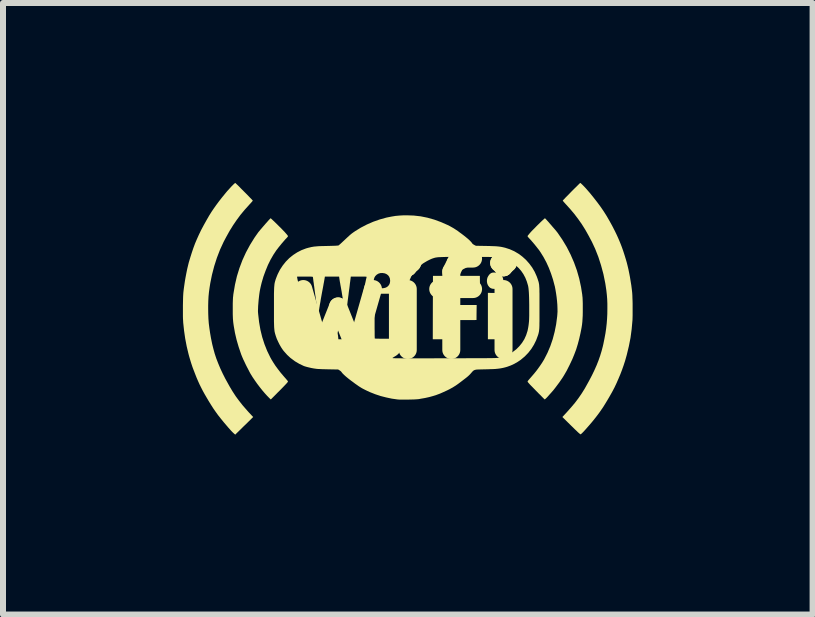
<source format=kicad_pcb>
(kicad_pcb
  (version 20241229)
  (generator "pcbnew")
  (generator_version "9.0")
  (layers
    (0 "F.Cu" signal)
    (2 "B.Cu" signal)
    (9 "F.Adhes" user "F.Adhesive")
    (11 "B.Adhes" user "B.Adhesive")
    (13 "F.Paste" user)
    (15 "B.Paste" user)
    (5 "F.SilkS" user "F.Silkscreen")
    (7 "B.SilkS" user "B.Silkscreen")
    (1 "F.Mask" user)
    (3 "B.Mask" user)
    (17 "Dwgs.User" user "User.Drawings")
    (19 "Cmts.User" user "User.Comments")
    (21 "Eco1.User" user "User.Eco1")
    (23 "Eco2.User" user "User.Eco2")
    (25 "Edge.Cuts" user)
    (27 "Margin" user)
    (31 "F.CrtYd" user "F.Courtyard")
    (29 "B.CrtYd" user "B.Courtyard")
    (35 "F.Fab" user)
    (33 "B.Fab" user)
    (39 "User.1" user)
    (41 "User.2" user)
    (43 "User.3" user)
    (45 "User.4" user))
  (footprint "wifi"
    (layer "F.Cu")
    (at 3.749 2.096)
    (property "Reference" "wifi" (at 0 0 0) (layer "F.SilkS") (effects (font (size 1.524 1.524) (thickness 0.3))))
    (attr board_only exclude_from_pos_files exclude_from_bom)
    (fp_poly (pts (xy 1.457 -0.261) (xy 1.578 -0.26) (xy 1.58 0.511) (xy 1.336 0.511) (xy 1.336 -0.263)) (stroke (width 0) (type solid)) (fill yes) (layer "F.SilkS"))
    (fp_poly (pts (xy 1.205 -0.286) (xy 0.675 -0.286) (xy 0.675 -0.061) (xy 1.149 -0.061) (xy 1.147 0.064) (xy 1.146 0.19) (xy 0.911 0.191) (xy 0.675 0.192) (xy 0.675 0.511) (xy 0.417 0.511) (xy 0.418 -0.018) (xy 0.42 -0.546) (xy 1.202 -0.546)) (stroke (width 0) (type solid)) (fill yes) (layer "F.SilkS"))
    (fp_poly (pts (xy 1.481 -0.602) (xy 1.499 -0.6) (xy 1.511 -0.597) (xy 1.517 -0.595) (xy 1.535 -0.581) (xy 1.555 -0.563) (xy 1.571 -0.543) (xy 1.581 -0.525) (xy 1.589 -0.5) (xy 1.593 -0.472) (xy 1.593 -0.443) (xy 1.588 -0.418) (xy 1.587 -0.414) (xy 1.575 -0.392) (xy 1.559 -0.37) (xy 1.539 -0.353) (xy 1.531 -0.348) (xy 1.503 -0.337) (xy 1.471 -0.331) (xy 1.44 -0.329) (xy 1.411 -0.332) (xy 1.4 -0.335) (xy 1.377 -0.345) (xy 1.359 -0.36) (xy 1.343 -0.381) (xy 1.342 -0.381) (xy 1.327 -0.412) (xy 1.32 -0.445) (xy 1.32 -0.479) (xy 1.327 -0.513) (xy 1.342 -0.544) (xy 1.36 -0.568) (xy 1.376 -0.583) (xy 1.391 -0.593) (xy 1.407 -0.599) (xy 1.427 -0.602) (xy 1.453 -0.602) (xy 1.456 -0.602)) (stroke (width 0) (type solid)) (fill yes) (layer "F.SilkS"))
    (fp_poly (pts (xy 2.291 -1.504) (xy 2.301 -1.494) (xy 2.314 -1.48) (xy 2.331 -1.461) (xy 2.351 -1.439) (xy 2.372 -1.414) (xy 2.394 -1.389) (xy 2.416 -1.363) (xy 2.437 -1.339) (xy 2.457 -1.316) (xy 2.474 -1.296) (xy 2.487 -1.279) (xy 2.496 -1.268) (xy 2.577 -1.15) (xy 2.651 -1.027) (xy 2.715 -0.901) (xy 2.772 -0.77) (xy 2.82 -0.637) (xy 2.859 -0.5) (xy 2.889 -0.36) (xy 2.905 -0.259) (xy 2.909 -0.233) (xy 2.911 -0.21) (xy 2.914 -0.188) (xy 2.915 -0.167) (xy 2.916 -0.144) (xy 2.917 -0.117) (xy 2.918 -0.086) (xy 2.918 -0.049) (xy 2.918 -0.005) (xy 2.918 0.06) (xy 2.917 0.118) (xy 2.914 0.17) (xy 2.911 0.218) (xy 2.906 0.264) (xy 2.899 0.31) (xy 2.89 0.358) (xy 2.88 0.408) (xy 2.858 0.505) (xy 2.834 0.595) (xy 2.808 0.68) (xy 2.777 0.762) (xy 2.743 0.845) (xy 2.703 0.929) (xy 2.698 0.94) (xy 2.673 0.989) (xy 2.651 1.033) (xy 2.628 1.073) (xy 2.606 1.111) (xy 2.583 1.148) (xy 2.557 1.186) (xy 2.529 1.227) (xy 2.496 1.271) (xy 2.46 1.319) (xy 2.445 1.338) (xy 2.427 1.361) (xy 2.406 1.385) (xy 2.385 1.409) (xy 2.363 1.433) (xy 2.343 1.456) (xy 2.324 1.477) (xy 2.307 1.494) (xy 2.294 1.506) (xy 2.286 1.513) (xy 2.284 1.514) (xy 2.28 1.511) (xy 2.27 1.502) (xy 2.255 1.487) (xy 2.236 1.468) (xy 2.213 1.444) (xy 2.186 1.418) (xy 2.158 1.389) (xy 2.137 1.368) (xy 2.103 1.333) (xy 2.074 1.303) (xy 2.051 1.28) (xy 2.033 1.261) (xy 2.02 1.246) (xy 2.01 1.235) (xy 2.004 1.227) (xy 2 1.221) (xy 1.998 1.216) (xy 1.998 1.213) (xy 1.999 1.21) (xy 2 1.21) (xy 2.005 1.202) (xy 2.015 1.19) (xy 2.029 1.173) (xy 2.047 1.153) (xy 2.065 1.132) (xy 2.109 1.081) (xy 2.153 1.026) (xy 2.195 0.968) (xy 2.234 0.911) (xy 2.268 0.856) (xy 2.276 0.842) (xy 2.33 0.736) (xy 2.377 0.625) (xy 2.417 0.508) (xy 2.449 0.386) (xy 2.474 0.261) (xy 2.491 0.131) (xy 2.494 0.095) (xy 2.497 0.048) (xy 2.496 -0.005) (xy 2.494 -0.064) (xy 2.489 -0.126) (xy 2.482 -0.19) (xy 2.473 -0.253) (xy 2.463 -0.314) (xy 2.452 -0.371) (xy 2.449 -0.381) (xy 2.422 -0.483) (xy 2.389 -0.584) (xy 2.352 -0.681) (xy 2.31 -0.773) (xy 2.264 -0.859) (xy 2.215 -0.938) (xy 2.189 -0.976) (xy 2.17 -1) (xy 2.148 -1.028) (xy 2.124 -1.058) (xy 2.1 -1.087) (xy 2.076 -1.115) (xy 2.055 -1.14) (xy 2.036 -1.16) (xy 2.024 -1.173) (xy 2.011 -1.187) (xy 2.002 -1.199) (xy 1.997 -1.207) (xy 1.997 -1.209) (xy 2 -1.215) (xy 2.009 -1.227) (xy 2.023 -1.244) (xy 2.041 -1.265) (xy 2.057 -1.283) (xy 2.074 -1.301) (xy 2.095 -1.322) (xy 2.118 -1.345) (xy 2.142 -1.37) (xy 2.167 -1.395) (xy 2.192 -1.419) (xy 2.216 -1.443) (xy 2.238 -1.464) (xy 2.257 -1.481) (xy 2.272 -1.495) (xy 2.283 -1.504) (xy 2.287 -1.507)) (stroke (width 0) (type solid)) (fill yes) (layer "F.SilkS"))
    (fp_poly (pts (xy -2.283 -1.504) (xy -2.272 -1.495) (xy -2.257 -1.481) (xy -2.238 -1.463) (xy -2.216 -1.442) (xy -2.192 -1.419) (xy -2.167 -1.394) (xy -2.142 -1.369) (xy -2.117 -1.345) (xy -2.094 -1.321) (xy -2.074 -1.3) (xy -2.057 -1.283) (xy -2.037 -1.26) (xy -2.02 -1.241) (xy -2.007 -1.225) (xy -1.999 -1.213) (xy -1.997 -1.209) (xy -2 -1.201) (xy -2.009 -1.19) (xy -2.021 -1.176) (xy -2.024 -1.173) (xy -2.039 -1.158) (xy -2.058 -1.136) (xy -2.08 -1.111) (xy -2.104 -1.083) (xy -2.128 -1.053) (xy -2.152 -1.024) (xy -2.173 -0.996) (xy -2.189 -0.976) (xy -2.239 -0.901) (xy -2.287 -0.818) (xy -2.331 -0.729) (xy -2.37 -0.634) (xy -2.406 -0.536) (xy -2.436 -0.434) (xy -2.449 -0.381) (xy -2.459 -0.336) (xy -2.468 -0.291) (xy -2.475 -0.245) (xy -2.481 -0.196) (xy -2.487 -0.141) (xy -2.492 -0.079) (xy -2.495 -0.041) (xy -2.496 -0.01) (xy -2.497 0.016) (xy -2.498 0.039) (xy -2.497 0.061) (xy -2.495 0.084) (xy -2.494 0.095) (xy -2.479 0.225) (xy -2.457 0.352) (xy -2.427 0.475) (xy -2.389 0.593) (xy -2.344 0.706) (xy -2.292 0.813) (xy -2.276 0.842) (xy -2.244 0.895) (xy -2.207 0.952) (xy -2.165 1.009) (xy -2.121 1.066) (xy -2.077 1.118) (xy -2.065 1.132) (xy -2.046 1.154) (xy -2.029 1.173) (xy -2.015 1.19) (xy -2.004 1.203) (xy -2 1.21) (xy -1.998 1.213) (xy -1.998 1.216) (xy -1.999 1.22) (xy -2.003 1.226) (xy -2.009 1.233) (xy -2.018 1.244) (xy -2.031 1.258) (xy -2.048 1.276) (xy -2.07 1.299) (xy -2.097 1.327) (xy -2.131 1.361) (xy -2.137 1.368) (xy -2.168 1.398) (xy -2.196 1.427) (xy -2.221 1.452) (xy -2.243 1.474) (xy -2.261 1.492) (xy -2.274 1.505) (xy -2.282 1.513) (xy -2.284 1.514) (xy -2.288 1.511) (xy -2.297 1.502) (xy -2.311 1.489) (xy -2.328 1.471) (xy -2.346 1.453) (xy -2.384 1.411) (xy -2.425 1.363) (xy -2.467 1.31) (xy -2.509 1.255) (xy -2.55 1.197) (xy -2.588 1.141) (xy -2.605 1.113) (xy -2.622 1.086) (xy -2.641 1.051) (xy -2.661 1.012) (xy -2.683 0.97) (xy -2.705 0.926) (xy -2.725 0.883) (xy -2.745 0.842) (xy -2.761 0.804) (xy -2.774 0.772) (xy -2.779 0.759) (xy -2.82 0.638) (xy -2.854 0.521) (xy -2.881 0.406) (xy -2.901 0.292) (xy -2.908 0.244) (xy -2.911 0.218) (xy -2.913 0.195) (xy -2.915 0.173) (xy -2.916 0.15) (xy -2.917 0.124) (xy -2.918 0.094) (xy -2.918 0.059) (xy -2.918 0.017) (xy -2.918 -0.005) (xy -2.918 -0.05) (xy -2.918 -0.087) (xy -2.917 -0.118) (xy -2.916 -0.144) (xy -2.915 -0.167) (xy -2.914 -0.188) (xy -2.911 -0.21) (xy -2.909 -0.233) (xy -2.905 -0.259) (xy -2.881 -0.4) (xy -2.849 -0.539) (xy -2.807 -0.675) (xy -2.757 -0.808) (xy -2.698 -0.937) (xy -2.63 -1.063) (xy -2.555 -1.184) (xy -2.496 -1.268) (xy -2.487 -1.28) (xy -2.473 -1.296) (xy -2.457 -1.316) (xy -2.437 -1.339) (xy -2.416 -1.364) (xy -2.394 -1.389) (xy -2.372 -1.415) (xy -2.35 -1.439) (xy -2.331 -1.461) (xy -2.314 -1.48) (xy -2.3 -1.494) (xy -2.291 -1.504) (xy -2.287 -1.507)) (stroke (width 0) (type solid)) (fill yes) (layer "F.SilkS"))
    (fp_poly (pts (xy -2.872 -2.092) (xy -2.862 -2.083) (xy -2.847 -2.069) (xy -2.828 -2.051) (xy -2.806 -2.029) (xy -2.782 -2.004) (xy -2.756 -1.978) (xy -2.729 -1.951) (xy -2.702 -1.924) (xy -2.676 -1.898) (xy -2.652 -1.873) (xy -2.63 -1.85) (xy -2.611 -1.831) (xy -2.597 -1.816) (xy -2.588 -1.806) (xy -2.584 -1.801) (xy -2.587 -1.796) (xy -2.595 -1.786) (xy -2.608 -1.771) (xy -2.624 -1.753) (xy -2.643 -1.733) (xy -2.646 -1.729) (xy -2.72 -1.647) (xy -2.789 -1.564) (xy -2.852 -1.479) (xy -2.912 -1.391) (xy -2.97 -1.298) (xy -3.025 -1.199) (xy -3.07 -1.114) (xy -3.13 -0.984) (xy -3.182 -0.849) (xy -3.227 -0.709) (xy -3.265 -0.563) (xy -3.293 -0.424) (xy -3.305 -0.348) (xy -3.315 -0.275) (xy -3.322 -0.203) (xy -3.326 -0.129) (xy -3.328 -0.05) (xy -3.328 -0.001) (xy -3.327 0.084) (xy -3.324 0.165) (xy -3.318 0.245) (xy -3.308 0.324) (xy -3.296 0.406) (xy -3.281 0.493) (xy -3.262 0.586) (xy -3.261 0.591) (xy -3.241 0.671) (xy -3.219 0.751) (xy -3.193 0.83) (xy -3.162 0.91) (xy -3.128 0.992) (xy -3.088 1.078) (xy -3.043 1.167) (xy -2.991 1.261) (xy -2.967 1.304) (xy -2.919 1.384) (xy -2.868 1.462) (xy -2.812 1.538) (xy -2.751 1.615) (xy -2.683 1.693) (xy -2.652 1.728) (xy -2.578 1.807) (xy -2.701 1.929) (xy -2.731 1.957) (xy -2.759 1.985) (xy -2.785 2.011) (xy -2.809 2.034) (xy -2.828 2.053) (xy -2.843 2.067) (xy -2.851 2.075) (xy -2.877 2.101) (xy -2.903 2.078) (xy -2.915 2.067) (xy -2.93 2.052) (xy -2.949 2.032) (xy -2.971 2.007) (xy -2.998 1.977) (xy -3.029 1.94) (xy -3.066 1.897) (xy -3.078 1.882) (xy -3.122 1.828) (xy -3.163 1.776) (xy -3.202 1.722) (xy -3.241 1.666) (xy -3.28 1.605) (xy -3.321 1.539) (xy -3.352 1.486) (xy -3.387 1.426) (xy -3.418 1.37) (xy -3.446 1.315) (xy -3.473 1.261) (xy -3.498 1.205) (xy -3.523 1.147) (xy -3.548 1.083) (xy -3.575 1.013) (xy -3.59 0.973) (xy -3.599 0.946) (xy -3.61 0.913) (xy -3.622 0.874) (xy -3.634 0.834) (xy -3.646 0.793) (xy -3.656 0.755) (xy -3.686 0.63) (xy -3.711 0.499) (xy -3.73 0.367) (xy -3.744 0.236) (xy -3.746 0.199) (xy -3.748 0.169) (xy -3.749 0.131) (xy -3.749 0.088) (xy -3.749 0.042) (xy -3.749 -0.007) (xy -3.749 -0.057) (xy -3.748 -0.106) (xy -3.747 -0.153) (xy -3.746 -0.196) (xy -3.744 -0.233) (xy -3.742 -0.263) (xy -3.741 -0.274) (xy -3.734 -0.334) (xy -3.725 -0.398) (xy -3.715 -0.465) (xy -3.703 -0.533) (xy -3.69 -0.6) (xy -3.677 -0.664) (xy -3.663 -0.722) (xy -3.652 -0.767) (xy -3.626 -0.854) (xy -3.6 -0.936) (xy -3.574 -1.013) (xy -3.546 -1.088) (xy -3.515 -1.161) (xy -3.482 -1.234) (xy -3.446 -1.309) (xy -3.405 -1.386) (xy -3.36 -1.467) (xy -3.31 -1.554) (xy -3.301 -1.568) (xy -3.271 -1.616) (xy -3.235 -1.669) (xy -3.194 -1.727) (xy -3.148 -1.789) (xy -3.098 -1.853) (xy -3.044 -1.919) (xy -3.036 -1.929) (xy -3.011 -1.959) (xy -2.985 -1.987) (xy -2.961 -2.014) (xy -2.938 -2.039) (xy -2.917 -2.06) (xy -2.9 -2.077) (xy -2.886 -2.089) (xy -2.878 -2.095) (xy -2.876 -2.096)) (stroke (width 0) (type solid)) (fill yes) (layer "F.SilkS"))
    (fp_poly (pts (xy 2.883 -2.092) (xy 2.894 -2.082) (xy 2.91 -2.067) (xy 2.93 -2.047) (xy 2.952 -2.024) (xy 2.976 -1.998) (xy 3.001 -1.969) (xy 3.026 -1.94) (xy 3.036 -1.929) (xy 3.102 -1.847) (xy 3.162 -1.77) (xy 3.218 -1.694) (xy 3.269 -1.619) (xy 3.317 -1.543) (xy 3.363 -1.463) (xy 3.409 -1.38) (xy 3.452 -1.296) (xy 3.485 -1.228) (xy 3.514 -1.163) (xy 3.541 -1.099) (xy 3.566 -1.035) (xy 3.59 -0.968) (xy 3.613 -0.897) (xy 3.637 -0.819) (xy 3.652 -0.767) (xy 3.665 -0.715) (xy 3.679 -0.656) (xy 3.692 -0.592) (xy 3.705 -0.525) (xy 3.716 -0.456) (xy 3.727 -0.389) (xy 3.735 -0.326) (xy 3.741 -0.274) (xy 3.743 -0.248) (xy 3.745 -0.214) (xy 3.746 -0.174) (xy 3.748 -0.129) (xy 3.749 -0.081) (xy 3.749 -0.031) (xy 3.749 0.019) (xy 3.749 0.067) (xy 3.749 0.112) (xy 3.748 0.152) (xy 3.747 0.186) (xy 3.746 0.199) (xy 3.733 0.343) (xy 3.714 0.486) (xy 3.686 0.628) (xy 3.651 0.773) (xy 3.623 0.872) (xy 3.6 0.943) (xy 3.574 1.017) (xy 3.545 1.093) (xy 3.513 1.169) (xy 3.481 1.242) (xy 3.448 1.312) (xy 3.415 1.375) (xy 3.394 1.413) (xy 3.361 1.471) (xy 3.331 1.522) (xy 3.304 1.567) (xy 3.28 1.606) (xy 3.26 1.638) (xy 3.244 1.662) (xy 3.24 1.668) (xy 3.227 1.686) (xy 3.212 1.708) (xy 3.196 1.731) (xy 3.188 1.742) (xy 3.168 1.769) (xy 3.145 1.799) (xy 3.119 1.832) (xy 3.092 1.866) (xy 3.063 1.901) (xy 3.034 1.935) (xy 3.005 1.968) (xy 2.977 2) (xy 2.952 2.028) (xy 2.929 2.053) (xy 2.909 2.073) (xy 2.894 2.087) (xy 2.884 2.095) (xy 2.883 2.096) (xy 2.88 2.095) (xy 2.874 2.092) (xy 2.865 2.085) (xy 2.852 2.074) (xy 2.835 2.059) (xy 2.814 2.038) (xy 2.787 2.013) (xy 2.755 1.981) (xy 2.727 1.954) (xy 2.578 1.807) (xy 2.651 1.728) (xy 2.723 1.647) (xy 2.788 1.57) (xy 2.846 1.493) (xy 2.899 1.416) (xy 2.949 1.336) (xy 2.967 1.304) (xy 3.021 1.207) (xy 3.069 1.116) (xy 3.111 1.029) (xy 3.148 0.946) (xy 3.18 0.865) (xy 3.208 0.785) (xy 3.232 0.706) (xy 3.253 0.626) (xy 3.261 0.591) (xy 3.28 0.497) (xy 3.296 0.411) (xy 3.308 0.328) (xy 3.317 0.248) (xy 3.323 0.169) (xy 3.327 0.088) (xy 3.328 0.003) (xy 3.328 -0.001) (xy 3.328 -0.083) (xy 3.325 -0.16) (xy 3.319 -0.233) (xy 3.311 -0.305) (xy 3.3 -0.379) (xy 3.293 -0.424) (xy 3.262 -0.576) (xy 3.223 -0.721) (xy 3.178 -0.861) (xy 3.125 -0.996) (xy 3.07 -1.114) (xy 3.014 -1.219) (xy 2.959 -1.317) (xy 2.901 -1.409) (xy 2.84 -1.496) (xy 2.776 -1.58) (xy 2.706 -1.663) (xy 2.646 -1.729) (xy 2.627 -1.75) (xy 2.61 -1.769) (xy 2.597 -1.784) (xy 2.588 -1.795) (xy 2.584 -1.801) (xy 2.584 -1.801) (xy 2.588 -1.806) (xy 2.597 -1.816) (xy 2.612 -1.831) (xy 2.63 -1.851) (xy 2.652 -1.873) (xy 2.677 -1.898) (xy 2.703 -1.925) (xy 2.729 -1.952) (xy 2.756 -1.979) (xy 2.782 -2.005) (xy 2.807 -2.029) (xy 2.829 -2.051) (xy 2.848 -2.07) (xy 2.862 -2.084) (xy 2.872 -2.093) (xy 2.876 -2.096)) (stroke (width 0) (type solid)) (fill yes) (layer "F.SilkS"))
    (fp_poly (pts (xy 0.1 -1.552) (xy 0.215 -1.539) (xy 0.329 -1.516) (xy 0.442 -1.484) (xy 0.554 -1.443) (xy 0.663 -1.395) (xy 0.701 -1.376) (xy 0.735 -1.357) (xy 0.768 -1.338) (xy 0.8 -1.317) (xy 0.835 -1.294) (xy 0.873 -1.265) (xy 0.893 -1.251) (xy 0.935 -1.219) (xy 0.97 -1.191) (xy 0.998 -1.168) (xy 1.022 -1.147) (xy 1.041 -1.128) (xy 1.057 -1.111) (xy 1.07 -1.095) (xy 1.077 -1.084) (xy 1.085 -1.077) (xy 1.098 -1.068) (xy 1.11 -1.061) (xy 1.136 -1.048) (xy 1.31 -1.045) (xy 1.363 -1.044) (xy 1.409 -1.042) (xy 1.448 -1.041) (xy 1.481 -1.039) (xy 1.511 -1.036) (xy 1.537 -1.033) (xy 1.562 -1.029) (xy 1.586 -1.024) (xy 1.611 -1.018) (xy 1.624 -1.015) (xy 1.701 -0.99) (xy 1.775 -0.957) (xy 1.845 -0.916) (xy 1.91 -0.868) (xy 1.971 -0.813) (xy 2.025 -0.752) (xy 2.074 -0.686) (xy 2.116 -0.614) (xy 2.15 -0.538) (xy 2.163 -0.502) (xy 2.169 -0.484) (xy 2.174 -0.468) (xy 2.179 -0.453) (xy 2.183 -0.438) (xy 2.186 -0.423) (xy 2.189 -0.407) (xy 2.191 -0.389) (xy 2.192 -0.369) (xy 2.194 -0.345) (xy 2.195 -0.317) (xy 2.195 -0.284) (xy 2.196 -0.245) (xy 2.196 -0.2) (xy 2.196 -0.148) (xy 2.196 -0.088) (xy 2.196 -0.019) (xy 2.196 -0.019) (xy 2.196 0.05) (xy 2.196 0.11) (xy 2.196 0.162) (xy 2.196 0.207) (xy 2.195 0.246) (xy 2.195 0.278) (xy 2.194 0.306) (xy 2.193 0.33) (xy 2.191 0.35) (xy 2.189 0.368) (xy 2.187 0.383) (xy 2.184 0.397) (xy 2.181 0.411) (xy 2.177 0.425) (xy 2.173 0.439) (xy 2.17 0.447) (xy 2.141 0.526) (xy 2.104 0.601) (xy 2.06 0.672) (xy 2.009 0.737) (xy 1.951 0.797) (xy 1.889 0.849) (xy 1.889 0.85) (xy 1.834 0.887) (xy 1.777 0.92) (xy 1.719 0.947) (xy 1.662 0.968) (xy 1.632 0.977) (xy 1.601 0.985) (xy 1.573 0.991) (xy 1.546 0.996) (xy 1.519 1) (xy 1.491 1.003) (xy 1.46 1.006) (xy 1.424 1.008) (xy 1.383 1.009) (xy 1.336 1.011) (xy 1.287 1.012) (xy 1.241 1.013) (xy 1.204 1.014) (xy 1.174 1.015) (xy 1.15 1.016) (xy 1.131 1.019) (xy 1.116 1.023) (xy 1.103 1.029) (xy 1.092 1.036) (xy 1.082 1.045) (xy 1.071 1.058) (xy 1.058 1.072) (xy 1.053 1.078) (xy 1.039 1.094) (xy 1.024 1.109) (xy 1.007 1.125) (xy 0.987 1.142) (xy 0.963 1.161) (xy 0.933 1.184) (xy 0.916 1.197) (xy 0.878 1.226) (xy 0.846 1.25) (xy 0.818 1.27) (xy 0.793 1.287) (xy 0.77 1.301) (xy 0.748 1.315) (xy 0.724 1.328) (xy 0.699 1.342) (xy 0.669 1.357) (xy 0.659 1.362) (xy 0.596 1.391) (xy 0.537 1.417) (xy 0.478 1.439) (xy 0.418 1.458) (xy 0.356 1.475) (xy 0.288 1.49) (xy 0.213 1.503) (xy 0.188 1.508) (xy 0.169 1.51) (xy 0.142 1.512) (xy 0.11 1.514) (xy 0.073 1.515) (xy 0.033 1.516) (xy -0.008 1.517) (xy -0.049 1.517) (xy -0.087 1.517) (xy -0.121 1.517) (xy -0.15 1.516) (xy -0.172 1.514) (xy -0.173 1.514) (xy -0.265 1.501) (xy -0.359 1.481) (xy -0.453 1.457) (xy -0.543 1.427) (xy -0.629 1.393) (xy -0.675 1.372) (xy -0.708 1.356) (xy -0.737 1.341) (xy -0.764 1.327) (xy -0.79 1.311) (xy -0.817 1.294) (xy -0.845 1.274) (xy -0.877 1.252) (xy -0.914 1.224) (xy -0.947 1.2) (xy -0.992 1.165) (xy -1.031 1.133) (xy -1.063 1.104) (xy -1.089 1.078) (xy -1.106 1.056) (xy -1.109 1.052) (xy -1.118 1.043) (xy -1.131 1.033) (xy -1.139 1.028) (xy -1.16 1.015) (xy -1.322 1.012) (xy -1.362 1.011) (xy -1.402 1.01) (xy -1.439 1.009) (xy -1.472 1.007) (xy -1.499 1.006) (xy -1.52 1.004) (xy -1.528 1.003) (xy -1.564 0.998) (xy -1.603 0.991) (xy -1.642 0.982) (xy -1.679 0.973) (xy -1.711 0.964) (xy -1.732 0.957) (xy -1.808 0.921) (xy -1.881 0.878) (xy -1.949 0.827) (xy -1.955 0.823) (xy -0.256 0.823) (xy -0.255 0.823) (xy -0.254 0.824) (xy -0.251 0.825) (xy -0.245 0.826) (xy -0.237 0.826) (xy -0.226 0.827) (xy -0.212 0.827) (xy -0.194 0.828) (xy -0.171 0.828) (xy -0.144 0.828) (xy -0.113 0.828) (xy -0.076 0.829) (xy -0.033 0.829) (xy 0.016 0.829) (xy 0.071 0.829) (xy 0.134 0.829) (xy 0.203 0.829) (xy 0.28 0.829) (xy 0.366 0.829) (xy 0.459 0.828) (xy 0.562 0.828) (xy 0.602 0.828) (xy 0.709 0.828) (xy 0.807 0.828) (xy 0.897 0.828) (xy 0.978 0.827) (xy 1.052 0.827) (xy 1.118 0.827) (xy 1.177 0.827) (xy 1.23 0.826) (xy 1.277 0.826) (xy 1.318 0.826) (xy 1.354 0.825) (xy 1.385 0.825) (xy 1.411 0.825) (xy 1.434 0.824) (xy 1.453 0.824) (xy 1.468 0.823) (xy 1.481 0.822) (xy 1.491 0.822) (xy 1.5 0.821) (xy 1.507 0.82) (xy 1.512 0.819) (xy 1.557 0.809) (xy 1.605 0.794) (xy 1.652 0.776) (xy 1.688 0.76) (xy 1.751 0.722) (xy 1.809 0.678) (xy 1.86 0.627) (xy 1.905 0.571) (xy 1.944 0.509) (xy 1.974 0.442) (xy 1.997 0.371) (xy 2.006 0.327) (xy 2.011 0.298) (xy 2.015 0.271) (xy 2.018 0.244) (xy 2.021 0.216) (xy 2.023 0.186) (xy 2.024 0.153) (xy 2.025 0.114) (xy 2.025 0.068) (xy 2.025 0.015) (xy 2.025 0.013) (xy 2.025 -0.06) (xy 2.024 -0.124) (xy 2.023 -0.18) (xy 2.021 -0.229) (xy 2.019 -0.271) (xy 2.016 -0.308) (xy 2.013 -0.339) (xy 2.009 -0.366) (xy 2.005 -0.385) (xy 1.985 -0.452) (xy 1.96 -0.515) (xy 1.928 -0.575) (xy 1.891 -0.629) (xy 1.849 -0.677) (xy 1.803 -0.718) (xy 1.798 -0.721) (xy 1.761 -0.749) (xy 1.728 -0.771) (xy 1.699 -0.789) (xy 1.671 -0.804) (xy 1.642 -0.817) (xy 1.612 -0.83) (xy 1.608 -0.831) (xy 1.595 -0.836) (xy 1.582 -0.84) (xy 1.57 -0.844) (xy 1.558 -0.848) (xy 1.545 -0.851) (xy 1.53 -0.853) (xy 1.513 -0.855) (xy 1.494 -0.857) (xy 1.471 -0.859) (xy 1.444 -0.86) (xy 1.413 -0.861) (xy 1.377 -0.861) (xy 1.335 -0.862) (xy 1.287 -0.862) (xy 1.233 -0.862) (xy 1.17 -0.863) (xy 1.1 -0.863) (xy 1.021 -0.863) (xy 1.002 -0.863) (xy 0.922 -0.863) (xy 0.851 -0.863) (xy 0.788 -0.862) (xy 0.732 -0.862) (xy 0.684 -0.862) (xy 0.642 -0.862) (xy 0.605 -0.861) (xy 0.574 -0.86) (xy 0.547 -0.859) (xy 0.525 -0.858) (xy 0.505 -0.857) (xy 0.489 -0.855) (xy 0.475 -0.853) (xy 0.462 -0.851) (xy 0.451 -0.848) (xy 0.439 -0.845) (xy 0.428 -0.841) (xy 0.42 -0.839) (xy 0.391 -0.828) (xy 0.357 -0.812) (xy 0.322 -0.794) (xy 0.288 -0.774) (xy 0.257 -0.755) (xy 0.246 -0.747) (xy 0.221 -0.726) (xy 0.193 -0.702) (xy 0.165 -0.676) (xy 0.139 -0.65) (xy 0.116 -0.624) (xy 0.097 -0.602) (xy 0.091 -0.593) (xy 0.06 -0.541) (xy 0.034 -0.483) (xy 0.019 -0.441) (xy 0.01 -0.406) (xy 0.002 -0.371) (xy -0.005 -0.334) (xy -0.01 -0.293) (xy -0.013 -0.249) (xy -0.016 -0.2) (xy -0.017 -0.146) (xy -0.017 -0.084) (xy -0.016 -0.015) (xy -0.014 0.039) (xy -0.013 0.113) (xy -0.012 0.179) (xy -0.012 0.237) (xy -0.014 0.29) (xy -0.016 0.338) (xy -0.02 0.383) (xy -0.026 0.425) (xy -0.033 0.466) (xy -0.041 0.508) (xy -0.042 0.514) (xy -0.049 0.538) (xy -0.058 0.566) (xy -0.069 0.597) (xy -0.081 0.627) (xy -0.092 0.653) (xy -0.096 0.661) (xy -0.117 0.699) (xy -0.137 0.729) (xy -0.157 0.754) (xy -0.181 0.775) (xy -0.208 0.793) (xy -0.216 0.797) (xy -0.232 0.807) (xy -0.246 0.816) (xy -0.255 0.822) (xy -0.256 0.823) (xy -1.955 0.823) (xy -2.012 0.77) (xy -2.068 0.707) (xy -2.082 0.689) (xy -2.109 0.649) (xy -2.136 0.603) (xy -2.161 0.553) (xy -2.184 0.503) (xy -2.201 0.455) (xy -2.206 0.438) (xy -2.211 0.422) (xy -2.215 0.406) (xy -2.219 0.39) (xy -2.222 0.373) (xy -2.224 0.355) (xy -2.226 0.334) (xy -2.228 0.31) (xy -2.229 0.282) (xy -2.23 0.249) (xy -2.231 0.211) (xy -2.231 0.167) (xy -2.231 0.115) (xy -2.231 0.056) (xy -2.231 -0.012) (xy -2.231 -0.019) (xy -2.231 -0.088) (xy -2.231 -0.148) (xy -2.231 -0.201) (xy -2.231 -0.246) (xy -2.23 -0.285) (xy -2.229 -0.319) (xy -2.228 -0.348) (xy -2.226 -0.372) (xy -2.224 -0.394) (xy -2.222 -0.412) (xy -2.219 -0.429) (xy -2.215 -0.445) (xy -2.211 -0.46) (xy -2.206 -0.476) (xy -2.201 -0.494) (xy -2.2 -0.495) (xy -2.186 -0.532) (xy -1.847 -0.532) (xy -1.846 -0.527) (xy -1.843 -0.513) (xy -1.84 -0.495) (xy -1.835 -0.472) (xy -1.829 -0.447) (xy -1.824 -0.422) (xy -1.818 -0.398) (xy -1.814 -0.377) (xy -1.812 -0.37) (xy -1.808 -0.352) (xy -1.802 -0.327) (xy -1.795 -0.296) (xy -1.787 -0.261) (xy -1.779 -0.225) (xy -1.772 -0.192) (xy -1.764 -0.155) (xy -1.755 -0.117) (xy -1.747 -0.08) (xy -1.74 -0.047) (xy -1.734 -0.02) (xy -1.73 -0.002) (xy -1.723 0.027) (xy -1.716 0.061) (xy -1.708 0.096) (xy -1.702 0.124) (xy -1.696 0.153) (xy -1.689 0.185) (xy -1.682 0.215) (xy -1.676 0.239) (xy -1.676 0.239) (xy -1.669 0.272) (xy -1.66 0.309) (xy -1.652 0.347) (xy -1.643 0.385) (xy -1.635 0.421) (xy -1.629 0.451) (xy -1.624 0.472) (xy -1.616 0.511) (xy -1.378 0.511) (xy -1.376 0.5) (xy -1.375 0.49) (xy -1.373 0.474) (xy -1.371 0.464) (xy -1.369 0.445) (xy -1.365 0.419) (xy -1.361 0.388) (xy -1.355 0.351) (xy -1.349 0.311) (xy -1.342 0.268) (xy -1.335 0.222) (xy -1.327 0.176) (xy -1.319 0.13) (xy -1.312 0.085) (xy -1.304 0.041) (xy -1.297 0.000363) (xy -1.29 -0.037) (xy -1.284 -0.069) (xy -1.279 -0.096) (xy -1.275 -0.116) (xy -1.272 -0.129) (xy -1.271 -0.133) (xy -1.268 -0.13) (xy -1.265 -0.12) (xy -1.262 -0.105) (xy -1.261 -0.102) (xy -1.257 -0.08) (xy -1.252 -0.054) (xy -1.247 -0.03) (xy -1.246 -0.028) (xy -1.243 -0.011) (xy -1.238 0.014) (xy -1.232 0.046) (xy -1.225 0.082) (xy -1.218 0.123) (xy -1.21 0.166) (xy -1.203 0.211) (xy -1.195 0.256) (xy -1.187 0.301) (xy -1.18 0.343) (xy -1.174 0.382) (xy -1.169 0.416) (xy -1.164 0.445) (xy -1.161 0.467) (xy -1.16 0.479) (xy -1.157 0.511) (xy -0.91 0.511) (xy -0.908 0.498) (xy -0.905 0.485) (xy -0.903 0.469) (xy -0.903 0.466) (xy -0.9 0.45) (xy -0.895 0.426) (xy -0.888 0.393) (xy -0.88 0.353) (xy -0.87 0.307) (xy -0.859 0.254) (xy -0.846 0.196) (xy -0.832 0.133) (xy -0.83 0.123) (xy -0.553 0.123) (xy -0.553 0.182) (xy -0.553 0.237) (xy -0.553 0.289) (xy -0.553 0.337) (xy -0.552 0.38) (xy -0.552 0.418) (xy -0.552 0.449) (xy -0.551 0.473) (xy -0.551 0.49) (xy -0.55 0.498) (xy -0.55 0.498) (xy -0.545 0.499) (xy -0.531 0.5) (xy -0.511 0.501) (xy -0.485 0.501) (xy -0.456 0.502) (xy -0.431 0.502) (xy -0.314 0.502) (xy -0.314 -0.248) (xy -0.553 -0.248) (xy -0.553 0.123) (xy -0.83 0.123) (xy -0.817 0.066) (xy -0.802 -0.005) (xy -0.785 -0.079) (xy -0.768 -0.156) (xy -0.762 -0.183) (xy -0.75 -0.235) (xy -0.738 -0.29) (xy -0.726 -0.345) (xy -0.715 -0.397) (xy -0.705 -0.443) (xy -0.703 -0.452) (xy -0.702 -0.458) (xy -0.567 -0.458) (xy -0.562 -0.427) (xy -0.551 -0.4) (xy -0.538 -0.38) (xy -0.524 -0.37) (xy -0.505 -0.358) (xy -0.484 -0.349) (xy -0.465 -0.342) (xy -0.438 -0.339) (xy -0.407 -0.341) (xy -0.378 -0.347) (xy -0.359 -0.354) (xy -0.332 -0.372) (xy -0.312 -0.396) (xy -0.299 -0.425) (xy -0.294 -0.459) (xy -0.294 -0.467) (xy -0.298 -0.501) (xy -0.31 -0.532) (xy -0.329 -0.557) (xy -0.355 -0.576) (xy -0.383 -0.588) (xy -0.421 -0.594) (xy -0.457 -0.593) (xy -0.49 -0.583) (xy -0.518 -0.566) (xy -0.542 -0.542) (xy -0.556 -0.518) (xy -0.565 -0.489) (xy -0.567 -0.458) (xy -0.702 -0.458) (xy -0.698 -0.477) (xy -0.693 -0.498) (xy -0.689 -0.515) (xy -0.687 -0.525) (xy -0.686 -0.526) (xy -0.686 -0.529) (xy -0.688 -0.531) (xy -0.692 -0.532) (xy -0.7 -0.533) (xy -0.714 -0.534) (xy -0.732 -0.534) (xy -0.758 -0.534) (xy -0.792 -0.534) (xy -0.817 -0.534) (xy -0.95 -0.534) (xy -0.96 -0.454) (xy -0.965 -0.419) (xy -0.969 -0.381) (xy -0.974 -0.342) (xy -0.979 -0.307) (xy -0.98 -0.298) (xy -0.984 -0.269) (xy -0.988 -0.234) (xy -0.993 -0.196) (xy -0.998 -0.157) (xy -1.003 -0.12) (xy -1.003 -0.117) (xy -1.007 -0.084) (xy -1.012 -0.051) (xy -1.016 -0.02) (xy -1.019 0.006) (xy -1.021 0.026) (xy -1.022 0.03) (xy -1.024 0.049) (xy -1.026 0.064) (xy -1.028 0.073) (xy -1.029 0.074) (xy -1.034 0.075) (xy -1.04 0.067) (xy -1.045 0.054) (xy -1.049 0.037) (xy -1.05 0.032) (xy -1.052 0.019) (xy -1.055 -0.001) (xy -1.06 -0.028) (xy -1.065 -0.059) (xy -1.071 -0.092) (xy -1.076 -0.124) (xy -1.082 -0.161) (xy -1.089 -0.199) (xy -1.095 -0.234) (xy -1.1 -0.266) (xy -1.104 -0.292) (xy -1.107 -0.307) (xy -1.112 -0.336) (xy -1.118 -0.369) (xy -1.124 -0.402) (xy -1.127 -0.422) (xy -1.132 -0.447) (xy -1.136 -0.472) (xy -1.139 -0.493) (xy -1.141 -0.507) (xy -1.145 -0.534) (xy -1.382 -0.534) (xy -1.385 -0.515) (xy -1.387 -0.504) (xy -1.39 -0.486) (xy -1.394 -0.462) (xy -1.399 -0.434) (xy -1.405 -0.404) (xy -1.406 -0.396) (xy -1.419 -0.326) (xy -1.431 -0.263) (xy -1.441 -0.208) (xy -1.45 -0.158) (xy -1.457 -0.112) (xy -1.465 -0.07) (xy -1.471 -0.03) (xy -1.473 -0.021) (xy -1.477 0.007) (xy -1.482 0.033) (xy -1.485 0.053) (xy -1.488 0.068) (xy -1.489 0.074) (xy -1.489 0.075) (xy -1.493 0.074) (xy -1.498 0.069) (xy -1.502 0.062) (xy -1.506 0.047) (xy -1.51 0.023) (xy -1.512 0.001) (xy -1.515 -0.023) (xy -1.519 -0.054) (xy -1.523 -0.089) (xy -1.528 -0.125) (xy -1.532 -0.159) (xy -1.533 -0.16) (xy -1.537 -0.194) (xy -1.543 -0.234) (xy -1.549 -0.278) (xy -1.555 -0.323) (xy -1.56 -0.366) (xy -1.564 -0.391) (xy -1.568 -0.426) (xy -1.573 -0.457) (xy -1.576 -0.484) (xy -1.579 -0.506) (xy -1.581 -0.521) (xy -1.583 -0.528) (xy -1.583 -0.529) (xy -1.585 -0.53) (xy -1.593 -0.532) (xy -1.606 -0.533) (xy -1.625 -0.534) (xy -1.651 -0.534) (xy -1.686 -0.534) (xy -1.716 -0.534) (xy -1.75 -0.534) (xy -1.78 -0.534) (xy -1.807 -0.534) (xy -1.827 -0.534) (xy -1.841 -0.533) (xy -1.847 -0.533) (xy -1.847 -0.532) (xy -2.186 -0.532) (xy -2.169 -0.574) (xy -2.131 -0.649) (xy -2.085 -0.719) (xy -2.033 -0.784) (xy -1.976 -0.842) (xy -1.912 -0.894) (xy -1.844 -0.938) (xy -1.772 -0.975) (xy -1.696 -1.004) (xy -1.657 -1.015) (xy -1.631 -1.021) (xy -1.607 -1.027) (xy -1.583 -1.031) (xy -1.559 -1.035) (xy -1.532 -1.037) (xy -1.502 -1.04) (xy -1.467 -1.042) (xy -1.426 -1.043) (xy -1.378 -1.044) (xy -1.336 -1.045) (xy -1.297 -1.046) (xy -1.26 -1.047) (xy -1.227 -1.048) (xy -1.199 -1.049) (xy -1.177 -1.051) (xy -1.162 -1.052) (xy -1.156 -1.053) (xy -1.15 -1.057) (xy -1.138 -1.067) (xy -1.122 -1.081) (xy -1.102 -1.099) (xy -1.08 -1.12) (xy -1.069 -1.13) (xy -1.035 -1.162) (xy -1.006 -1.189) (xy -0.982 -1.211) (xy -0.962 -1.229) (xy -0.943 -1.245) (xy -0.926 -1.258) (xy -0.908 -1.271) (xy -0.889 -1.284) (xy -0.879 -1.291) (xy -0.783 -1.35) (xy -0.681 -1.403) (xy -0.575 -1.449) (xy -0.467 -1.487) (xy -0.359 -1.517) (xy -0.341 -1.521) (xy -0.27 -1.535) (xy -0.203 -1.546) (xy -0.136 -1.552) (xy -0.066 -1.556) (xy -0.016 -1.556)) (stroke (width 0) (type solid)) (fill yes) (layer "F.SilkS")))
  (gr_rect
    (start -3 -3)
    (end 10.499 7.196)
    (stroke (width 0.1) (type default))
    (fill no)
    (layer "Edge.Cuts")))
</source>
